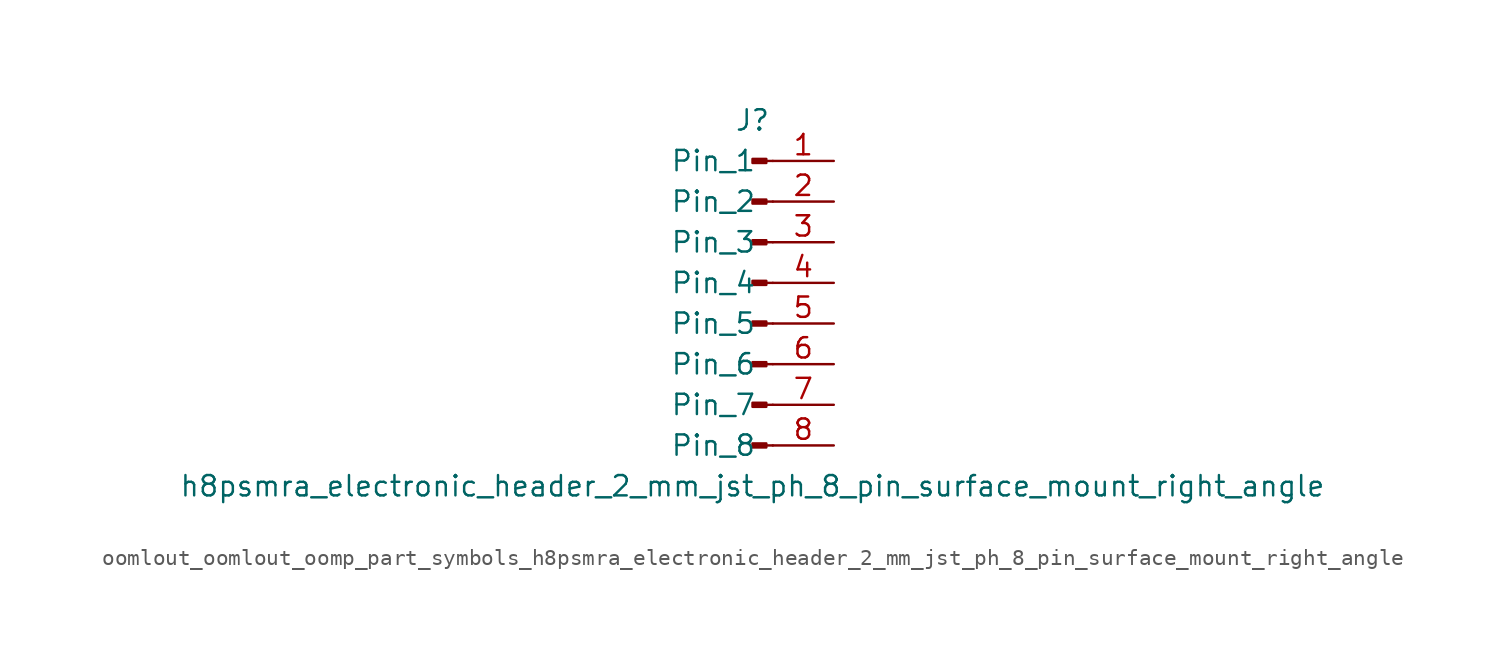
<source format=kicad_sym>
(kicad_symbol_lib
  (version 20220914)
  (generator kicad_symbol_editor)
  (symbol "oomlout_oomlout_oomp_part_symbols_h8psmra_electronic_header_2_mm_jst_ph_8_pin_surface_mount_right_angle"
    (pin_names
      (offset 1.016))
    (property "Reference" "J"
      (at 0 10.16 0)
      (effects (font (size 1.27 1.27))))
    (property "Value" "h8psmra_electronic_header_2_mm_jst_ph_8_pin_surface_mount_right_angle"
      (at 0 -12.7 0)
      (effects (font (size 1.27 1.27))))
    (property "ki_locked" ""
      (at 0 0 0)
      (effects (font (size 1.27 1.27))))
    (symbol "oomlout_oomlout_oomp_part_symbols_h8psmra_electronic_header_2_mm_jst_ph_8_pin_surface_mount_right_angle_1_1"
      (polyline (pts (xy 1.27 -10.16) (xy 0.864 -10.16)) (stroke (width 0.152) (type default)) (fill (type none)))
      (polyline (pts (xy 1.27 -7.62) (xy 0.864 -7.62)) (stroke (width 0.152) (type default)) (fill (type none)))
      (polyline (pts (xy 1.27 -5.08) (xy 0.864 -5.08)) (stroke (width 0.152) (type default)) (fill (type none)))
      (polyline (pts (xy 1.27 -2.54) (xy 0.864 -2.54)) (stroke (width 0.152) (type default)) (fill (type none)))
      (polyline (pts (xy 1.27 0) (xy 0.864 0)) (stroke (width 0.152) (type default)) (fill (type none)))
      (polyline (pts (xy 1.27 2.54) (xy 0.864 2.54)) (stroke (width 0.152) (type default)) (fill (type none)))
      (polyline (pts (xy 1.27 5.08) (xy 0.864 5.08)) (stroke (width 0.152) (type default)) (fill (type none)))
      (polyline (pts (xy 1.27 7.62) (xy 0.864 7.62)) (stroke (width 0.152) (type default)) (fill (type none)))
      (rectangle (start 0.864 -10.033) (end 0 -10.287) (stroke (width 0.152) (type default)) (fill (type outline)))
      (rectangle (start 0.864 -7.493) (end 0 -7.747) (stroke (width 0.152) (type default)) (fill (type outline)))
      (rectangle (start 0.864 -4.953) (end 0 -5.207) (stroke (width 0.152) (type default)) (fill (type outline)))
      (rectangle (start 0.864 -2.413) (end 0 -2.667) (stroke (width 0.152) (type default)) (fill (type outline)))
      (rectangle (start 0.864 0.127) (end 0 -0.127) (stroke (width 0.152) (type default)) (fill (type outline)))
      (rectangle (start 0.864 2.667) (end 0 2.413) (stroke (width 0.152) (type default)) (fill (type outline)))
      (rectangle (start 0.864 5.207) (end 0 4.953) (stroke (width 0.152) (type default)) (fill (type outline)))
      (rectangle (start 0.864 7.747) (end 0 7.493) (stroke (width 0.152) (type default)) (fill (type outline)))
      (pin passive line (at 5.08 7.62 180) (length 3.81) (name "Pin_1" (effects (font (size 1.27 1.27)))) (number "1" (effects (font (size 1.27 1.27)))))
      (pin passive line (at 5.08 5.08 180) (length 3.81) (name "Pin_2" (effects (font (size 1.27 1.27)))) (number "2" (effects (font (size 1.27 1.27)))))
      (pin passive line (at 5.08 2.54 180) (length 3.81) (name "Pin_3" (effects (font (size 1.27 1.27)))) (number "3" (effects (font (size 1.27 1.27)))))
      (pin passive line (at 5.08 0 180) (length 3.81) (name "Pin_4" (effects (font (size 1.27 1.27)))) (number "4" (effects (font (size 1.27 1.27)))))
      (pin passive line (at 5.08 -2.54 180) (length 3.81) (name "Pin_5" (effects (font (size 1.27 1.27)))) (number "5" (effects (font (size 1.27 1.27)))))
      (pin passive line (at 5.08 -5.08 180) (length 3.81) (name "Pin_6" (effects (font (size 1.27 1.27)))) (number "6" (effects (font (size 1.27 1.27)))))
      (pin passive line (at 5.08 -7.62 180) (length 3.81) (name "Pin_7" (effects (font (size 1.27 1.27)))) (number "7" (effects (font (size 1.27 1.27)))))
      (pin passive line (at 5.08 -10.16 180) (length 3.81) (name "Pin_8" (effects (font (size 1.27 1.27)))) (number "8" (effects (font (size 1.27 1.27))))))))
</source>
